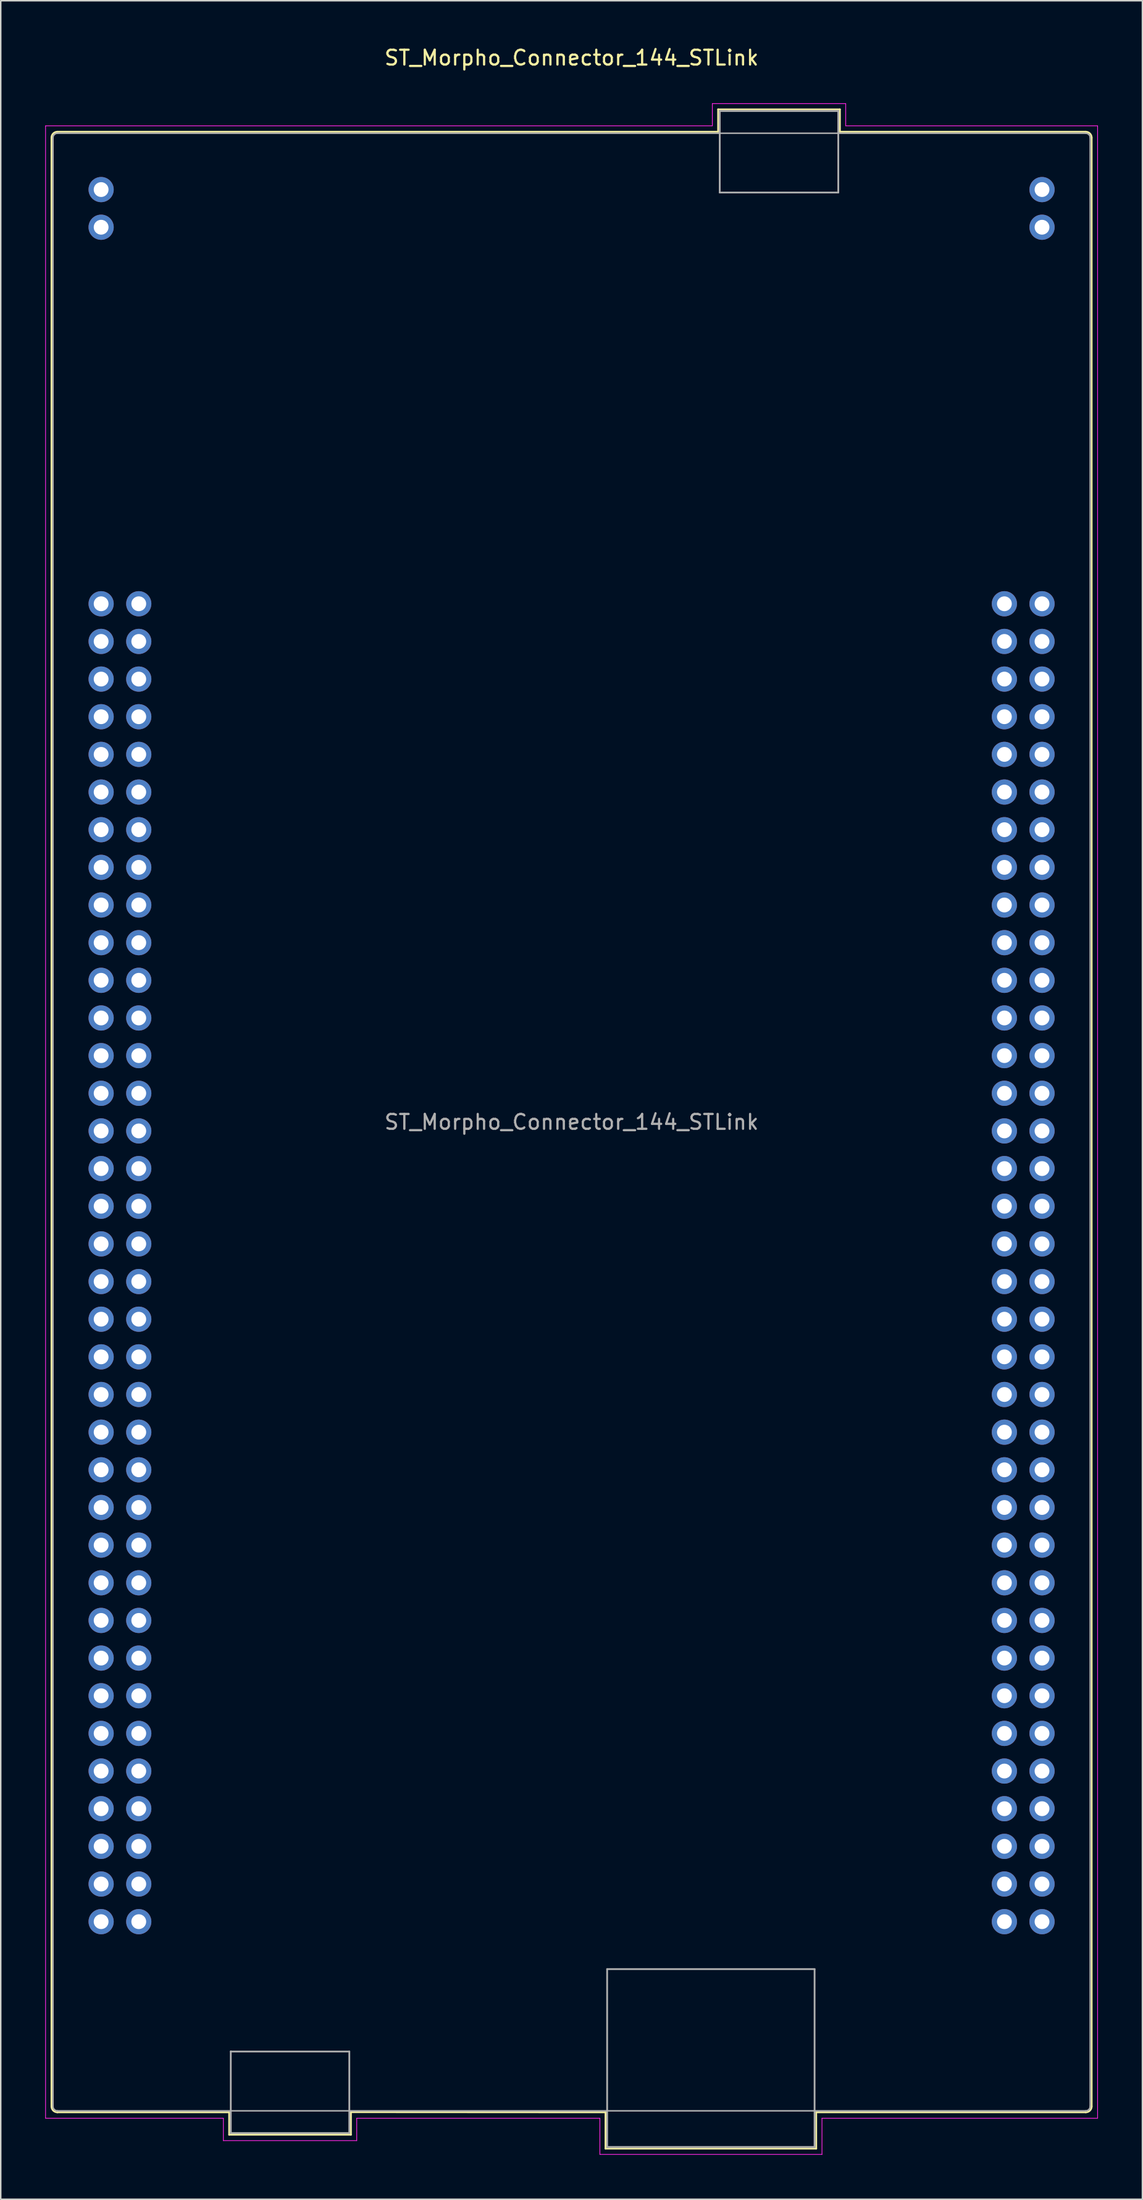
<source format=kicad_pcb>
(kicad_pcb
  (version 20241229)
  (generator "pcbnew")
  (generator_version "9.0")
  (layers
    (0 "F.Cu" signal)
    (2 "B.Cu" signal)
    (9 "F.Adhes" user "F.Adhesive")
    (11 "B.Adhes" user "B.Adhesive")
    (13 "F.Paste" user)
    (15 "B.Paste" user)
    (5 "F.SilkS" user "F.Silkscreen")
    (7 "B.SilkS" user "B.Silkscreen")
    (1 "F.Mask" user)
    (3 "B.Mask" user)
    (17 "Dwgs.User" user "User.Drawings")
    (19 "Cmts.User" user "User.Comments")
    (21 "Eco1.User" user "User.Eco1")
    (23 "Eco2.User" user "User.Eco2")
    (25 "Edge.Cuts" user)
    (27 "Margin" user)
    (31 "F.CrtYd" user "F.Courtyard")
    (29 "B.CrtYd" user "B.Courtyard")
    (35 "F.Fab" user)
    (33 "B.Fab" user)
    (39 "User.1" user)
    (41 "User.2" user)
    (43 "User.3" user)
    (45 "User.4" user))
  (footprint "ST_Morpho_Connector_144_STLink"
    (layer "F.Cu")
    (at 3.775 37.678)
    (property "Reference" "ST_Morpho_Connector_144_STLink" (at 31.75 -36.83 0) (layer "F.SilkS") (effects (font (size 1 1) (thickness 0.15))))
    (attr through_hole)
    (fp_line (start -3.35 -31.44) (end -3.35 101.36) (stroke (width 0.12) (type solid)) (layer "F.SilkS"))
    (fp_line (start 8.64 101.76) (end -2.95 101.76) (stroke (width 0.12) (type solid)) (layer "F.SilkS"))
    (fp_line (start 8.64 101.76) (end 8.64 103.27) (stroke (width 0.12) (type solid)) (layer "F.SilkS"))
    (fp_line (start 8.64 103.27) (end 16.86 103.27) (stroke (width 0.12) (type solid)) (layer "F.SilkS"))
    (fp_line (start 16.86 103.27) (end 16.86 101.75) (stroke (width 0.12) (type solid)) (layer "F.SilkS"))
    (fp_line (start 34.04 101.76) (end 16.86 101.75) (stroke (width 0.12) (type solid)) (layer "F.SilkS"))
    (fp_line (start 34.04 104.21) (end 34.04 101.76) (stroke (width 0.12) (type solid)) (layer "F.SilkS"))
    (fp_line (start 41.64 -33.35) (end 49.86 -33.35) (stroke (width 0.12) (type solid)) (layer "F.SilkS"))
    (fp_line (start 41.64 -31.84) (end -2.95 -31.84) (stroke (width 0.12) (type solid)) (layer "F.SilkS"))
    (fp_line (start 41.64 -31.84) (end 41.64 -33.35) (stroke (width 0.12) (type solid)) (layer "F.SilkS"))
    (fp_line (start 48.26 101.76) (end 48.26 104.21) (stroke (width 0.12) (type solid)) (layer "F.SilkS"))
    (fp_line (start 48.26 101.76) (end 66.45 101.76) (stroke (width 0.12) (type solid)) (layer "F.SilkS"))
    (fp_line (start 48.26 104.21) (end 34.04 104.21) (stroke (width 0.12) (type solid)) (layer "F.SilkS"))
    (fp_line (start 49.86 -33.35) (end 49.86 -31.84) (stroke (width 0.12) (type solid)) (layer "F.SilkS"))
    (fp_line (start 49.86 -31.84) (end 66.45 -31.84) (stroke (width 0.12) (type solid)) (layer "F.SilkS"))
    (fp_line (start 66.85 101.36) (end 66.85 -31.44) (stroke (width 0.12) (type solid)) (layer "F.SilkS"))
    (fp_arc (start -3.35 -31.44) (mid -3.232843 -31.722843) (end -2.95 -31.84) (stroke (width 0.12) (type solid)) (layer "F.SilkS"))
    (fp_arc (start -2.95 101.76) (mid -3.232843 101.642843) (end -3.35 101.36) (stroke (width 0.12) (type solid)) (layer "F.SilkS"))
    (fp_arc (start 66.45 -31.84) (mid 66.732843 -31.722843) (end 66.85 -31.44) (stroke (width 0.12) (type solid)) (layer "F.SilkS"))
    (fp_arc (start 66.85 101.36) (mid 66.732843 101.642843) (end 66.45 101.76) (stroke (width 0.12) (type solid)) (layer "F.SilkS"))
    (fp_line (start -3.75 -32.24) (end -3.75 102.16) (stroke (width 0.05) (type solid)) (layer "F.CrtYd"))
    (fp_line (start -3.75 102.16) (end 8.25 102.16) (stroke (width 0.05) (type solid)) (layer "F.CrtYd"))
    (fp_line (start 8.25 102.16) (end 8.25 103.67) (stroke (width 0.05) (type solid)) (layer "F.CrtYd"))
    (fp_line (start 8.25 103.67) (end 17.25 103.67) (stroke (width 0.05) (type solid)) (layer "F.CrtYd"))
    (fp_line (start 17.25 102.16) (end 17.25 103.67) (stroke (width 0.05) (type solid)) (layer "F.CrtYd"))
    (fp_line (start 17.25 102.16) (end 33.66 102.16) (stroke (width 0.05) (type solid)) (layer "F.CrtYd"))
    (fp_line (start 33.66 104.6) (end 33.66 102.16) (stroke (width 0.05) (type solid)) (layer "F.CrtYd"))
    (fp_line (start 33.66 104.6) (end 48.65 104.6) (stroke (width 0.05) (type solid)) (layer "F.CrtYd"))
    (fp_line (start 41.25 -33.74) (end 50.25 -33.74) (stroke (width 0.05) (type solid)) (layer "F.CrtYd"))
    (fp_line (start 41.25 -32.24) (end -3.75 -32.24) (stroke (width 0.05) (type solid)) (layer "F.CrtYd"))
    (fp_line (start 41.25 -32.24) (end 41.25 -33.74) (stroke (width 0.05) (type solid)) (layer "F.CrtYd"))
    (fp_line (start 48.65 102.16) (end 48.65 104.6) (stroke (width 0.05) (type solid)) (layer "F.CrtYd"))
    (fp_line (start 50.25 -32.24) (end 50.25 -33.74) (stroke (width 0.05) (type solid)) (layer "F.CrtYd"))
    (fp_line (start 50.25 -32.24) (end 67.25 -32.24) (stroke (width 0.05) (type solid)) (layer "F.CrtYd"))
    (fp_line (start 67.25 102.16) (end 48.65 102.16) (stroke (width 0.05) (type solid)) (layer "F.CrtYd"))
    (fp_line (start 67.25 102.16) (end 67.25 -32.24) (stroke (width 0.05) (type solid)) (layer "F.CrtYd"))
    (fp_line (start -3.25 101.36) (end -3.25 -31.44) (stroke (width 0.1) (type solid)) (layer "F.Fab"))
    (fp_line (start 8.75 97.66) (end 16.75 97.66) (stroke (width 0.12) (type solid)) (layer "F.Fab"))
    (fp_line (start 8.75 103.16) (end 8.75 97.65) (stroke (width 0.12) (type solid)) (layer "F.Fab"))
    (fp_line (start 8.75 103.16) (end 16.75 103.16) (stroke (width 0.12) (type solid)) (layer "F.Fab"))
    (fp_line (start 16.75 97.66) (end 16.75 103.16) (stroke (width 0.12) (type solid)) (layer "F.Fab"))
    (fp_line (start 34.15 92.1) (end 48.15 92.1) (stroke (width 0.12) (type solid)) (layer "F.Fab"))
    (fp_line (start 34.15 104.1) (end 34.15 92.1) (stroke (width 0.12) (type solid)) (layer "F.Fab"))
    (fp_line (start 34.15 104.1) (end 48.15 104.1) (stroke (width 0.12) (type solid)) (layer "F.Fab"))
    (fp_line (start 41.75 -33.24) (end 49.75 -33.24) (stroke (width 0.12) (type solid)) (layer "F.Fab"))
    (fp_line (start 41.75 -27.74) (end 41.75 -33.24) (stroke (width 0.12) (type solid)) (layer "F.Fab"))
    (fp_line (start 41.75 -27.74) (end 49.75 -27.74) (stroke (width 0.12) (type solid)) (layer "F.Fab"))
    (fp_line (start 48.15 104.1) (end 48.15 92.1) (stroke (width 0.12) (type solid)) (layer "F.Fab"))
    (fp_line (start 49.75 -33.24) (end 49.75 -27.74) (stroke (width 0.12) (type solid)) (layer "F.Fab"))
    (fp_line (start 66.45 -31.74) (end -2.95 -31.74) (stroke (width 0.1) (type solid)) (layer "F.Fab"))
    (fp_line (start 66.45 101.66) (end -2.95 101.66) (stroke (width 0.1) (type solid)) (layer "F.Fab"))
    (fp_line (start 66.75 101.36) (end 66.75 -31.44) (stroke (width 0.1) (type solid)) (layer "F.Fab"))
    (fp_arc (start -3.25 -31.44) (mid -3.162132 -31.652132) (end -2.95 -31.74) (stroke (width 0.1) (type solid)) (layer "F.Fab"))
    (fp_arc (start -2.95 101.66) (mid -3.162132 101.572132) (end -3.25 101.36) (stroke (width 0.1) (type solid)) (layer "F.Fab"))
    (fp_arc (start 66.45 -31.74) (mid 66.662132 -31.652132) (end 66.75 -31.44) (stroke (width 0.1) (type solid)) (layer "F.Fab"))
    (fp_arc (start 66.75 101.36) (mid 66.662132 101.572132) (end 66.45 101.66) (stroke (width 0.1) (type solid)) (layer "F.Fab"))
    (fp_text user "${REFERENCE}" (at 31.75 34.96 0) (layer "F.Fab") (effects (font (size 1 1) (thickness 0.15))))
    (pad "1" thru_hole circle (at 0 0) (size 1.7 1.7) (drill 1) (layers "*.Cu" "*.Mask"))
    (pad "2" thru_hole circle (at 2.54 0) (size 1.7 1.7) (drill 1) (layers "*.Cu" "*.Mask"))
    (pad "3" thru_hole circle (at 0 2.54) (size 1.7 1.7) (drill 1) (layers "*.Cu" "*.Mask"))
    (pad "4" thru_hole circle (at 2.54 2.54) (size 1.7 1.7) (drill 1) (layers "*.Cu" "*.Mask"))
    (pad "5" thru_hole circle (at 0 5.08) (size 1.7 1.7) (drill 1) (layers "*.Cu" "*.Mask"))
    (pad "6" thru_hole circle (at 2.54 5.08) (size 1.7 1.7) (drill 1) (layers "*.Cu" "*.Mask"))
    (pad "7" thru_hole circle (at 0 7.62) (size 1.7 1.7) (drill 1) (layers "*.Cu" "*.Mask"))
    (pad "8" thru_hole circle (at 2.54 7.62) (size 1.7 1.7) (drill 1) (layers "*.Cu" "*.Mask"))
    (pad "9" thru_hole circle (at 0 10.16) (size 1.7 1.7) (drill 1) (layers "*.Cu" "*.Mask"))
    (pad "10" thru_hole circle (at 2.54 10.16) (size 1.7 1.7) (drill 1) (layers "*.Cu" "*.Mask"))
    (pad "11" thru_hole circle (at 0 12.7) (size 1.7 1.7) (drill 1) (layers "*.Cu" "*.Mask"))
    (pad "12" thru_hole circle (at 2.54 12.7) (size 1.7 1.7) (drill 1) (layers "*.Cu" "*.Mask"))
    (pad "13" thru_hole circle (at 0 15.24) (size 1.7 1.7) (drill 1) (layers "*.Cu" "*.Mask"))
    (pad "14" thru_hole circle (at 2.54 15.24) (size 1.7 1.7) (drill 1) (layers "*.Cu" "*.Mask"))
    (pad "15" thru_hole circle (at 0 17.78) (size 1.7 1.7) (drill 1) (layers "*.Cu" "*.Mask"))
    (pad "16" thru_hole circle (at 2.54 17.78) (size 1.7 1.7) (drill 1) (layers "*.Cu" "*.Mask"))
    (pad "17" thru_hole circle (at 0 20.32) (size 1.7 1.7) (drill 1) (layers "*.Cu" "*.Mask"))
    (pad "18" thru_hole circle (at 2.54 20.32) (size 1.7 1.7) (drill 1) (layers "*.Cu" "*.Mask"))
    (pad "19" thru_hole circle (at 0 22.86) (size 1.7 1.7) (drill 1) (layers "*.Cu" "*.Mask"))
    (pad "20" thru_hole circle (at 2.54 22.86) (size 1.7 1.7) (drill 1) (layers "*.Cu" "*.Mask"))
    (pad "21" thru_hole circle (at 0 25.4) (size 1.7 1.7) (drill 1) (layers "*.Cu" "*.Mask"))
    (pad "22" thru_hole circle (at 2.54 25.4) (size 1.7 1.7) (drill 1) (layers "*.Cu" "*.Mask"))
    (pad "23" thru_hole circle (at 0 27.94) (size 1.7 1.7) (drill 1) (layers "*.Cu" "*.Mask"))
    (pad "24" thru_hole circle (at 2.54 27.94) (size 1.7 1.7) (drill 1) (layers "*.Cu" "*.Mask"))
    (pad "25" thru_hole circle (at 0 30.48) (size 1.7 1.7) (drill 1) (layers "*.Cu" "*.Mask"))
    (pad "26" thru_hole circle (at 2.54 30.48) (size 1.7 1.7) (drill 1) (layers "*.Cu" "*.Mask"))
    (pad "27" thru_hole circle (at 0 33.02) (size 1.7 1.7) (drill 1) (layers "*.Cu" "*.Mask"))
    (pad "28" thru_hole circle (at 2.54 33.02) (size 1.7 1.7) (drill 1) (layers "*.Cu" "*.Mask"))
    (pad "29" thru_hole circle (at 0 35.56) (size 1.7 1.7) (drill 1) (layers "*.Cu" "*.Mask"))
    (pad "30" thru_hole circle (at 2.54 35.56) (size 1.7 1.7) (drill 1) (layers "*.Cu" "*.Mask"))
    (pad "31" thru_hole circle (at 0 38.1) (size 1.7 1.7) (drill 1) (layers "*.Cu" "*.Mask"))
    (pad "32" thru_hole circle (at 2.54 38.1) (size 1.7 1.7) (drill 1) (layers "*.Cu" "*.Mask"))
    (pad "33" thru_hole circle (at 0 40.64) (size 1.7 1.7) (drill 1) (layers "*.Cu" "*.Mask"))
    (pad "34" thru_hole circle (at 2.54 40.64) (size 1.7 1.7) (drill 1) (layers "*.Cu" "*.Mask"))
    (pad "35" thru_hole circle (at 0 43.18) (size 1.7 1.7) (drill 1) (layers "*.Cu" "*.Mask"))
    (pad "36" thru_hole circle (at 2.54 43.18) (size 1.7 1.7) (drill 1) (layers "*.Cu" "*.Mask"))
    (pad "37" thru_hole circle (at 0 45.72) (size 1.7 1.7) (drill 1) (layers "*.Cu" "*.Mask"))
    (pad "38" thru_hole circle (at 2.54 45.72) (size 1.7 1.7) (drill 1) (layers "*.Cu" "*.Mask"))
    (pad "39" thru_hole circle (at 0 48.26) (size 1.7 1.7) (drill 1) (layers "*.Cu" "*.Mask"))
    (pad "40" thru_hole circle (at 2.54 48.26) (size 1.7 1.7) (drill 1) (layers "*.Cu" "*.Mask"))
    (pad "41" thru_hole circle (at 0 50.8) (size 1.7 1.7) (drill 1) (layers "*.Cu" "*.Mask"))
    (pad "42" thru_hole circle (at 2.54 50.8) (size 1.7 1.7) (drill 1) (layers "*.Cu" "*.Mask"))
    (pad "43" thru_hole circle (at 0 53.34) (size 1.7 1.7) (drill 1) (layers "*.Cu" "*.Mask"))
    (pad "44" thru_hole circle (at 2.54 53.34) (size 1.7 1.7) (drill 1) (layers "*.Cu" "*.Mask"))
    (pad "45" thru_hole circle (at 0 55.88) (size 1.7 1.7) (drill 1) (layers "*.Cu" "*.Mask"))
    (pad "46" thru_hole circle (at 2.54 55.88) (size 1.7 1.7) (drill 1) (layers "*.Cu" "*.Mask"))
    (pad "47" thru_hole circle (at 0 58.42) (size 1.7 1.7) (drill 1) (layers "*.Cu" "*.Mask"))
    (pad "48" thru_hole circle (at 2.54 58.42) (size 1.7 1.7) (drill 1) (layers "*.Cu" "*.Mask"))
    (pad "49" thru_hole circle (at 0 60.96) (size 1.7 1.7) (drill 1) (layers "*.Cu" "*.Mask"))
    (pad "50" thru_hole circle (at 2.54 60.96) (size 1.7 1.7) (drill 1) (layers "*.Cu" "*.Mask"))
    (pad "51" thru_hole circle (at 0 63.5) (size 1.7 1.7) (drill 1) (layers "*.Cu" "*.Mask"))
    (pad "52" thru_hole circle (at 2.54 63.5) (size 1.7 1.7) (drill 1) (layers "*.Cu" "*.Mask"))
    (pad "53" thru_hole circle (at 0 66.04) (size 1.7 1.7) (drill 1) (layers "*.Cu" "*.Mask"))
    (pad "54" thru_hole circle (at 2.54 66.04) (size 1.7 1.7) (drill 1) (layers "*.Cu" "*.Mask"))
    (pad "55" thru_hole circle (at 0 68.58) (size 1.7 1.7) (drill 1) (layers "*.Cu" "*.Mask"))
    (pad "56" thru_hole circle (at 2.54 68.58) (size 1.7 1.7) (drill 1) (layers "*.Cu" "*.Mask"))
    (pad "57" thru_hole circle (at 0 71.12) (size 1.7 1.7) (drill 1) (layers "*.Cu" "*.Mask"))
    (pad "58" thru_hole circle (at 2.54 71.12) (size 1.7 1.7) (drill 1) (layers "*.Cu" "*.Mask"))
    (pad "59" thru_hole circle (at 0 73.66) (size 1.7 1.7) (drill 1) (layers "*.Cu" "*.Mask"))
    (pad "60" thru_hole circle (at 2.54 73.66) (size 1.7 1.7) (drill 1) (layers "*.Cu" "*.Mask"))
    (pad "61" thru_hole circle (at 0 76.2) (size 1.7 1.7) (drill 1) (layers "*.Cu" "*.Mask"))
    (pad "62" thru_hole circle (at 2.54 76.2) (size 1.7 1.7) (drill 1) (layers "*.Cu" "*.Mask"))
    (pad "63" thru_hole circle (at 0 78.74) (size 1.7 1.7) (drill 1) (layers "*.Cu" "*.Mask"))
    (pad "64" thru_hole circle (at 2.54 78.74) (size 1.7 1.7) (drill 1) (layers "*.Cu" "*.Mask"))
    (pad "65" thru_hole circle (at 0 81.28) (size 1.7 1.7) (drill 1) (layers "*.Cu" "*.Mask"))
    (pad "66" thru_hole circle (at 2.54 81.28) (size 1.7 1.7) (drill 1) (layers "*.Cu" "*.Mask"))
    (pad "67" thru_hole circle (at 0 83.82) (size 1.7 1.7) (drill 1) (layers "*.Cu" "*.Mask"))
    (pad "68" thru_hole circle (at 2.54 83.82) (size 1.7 1.7) (drill 1) (layers "*.Cu" "*.Mask"))
    (pad "69" thru_hole circle (at 0 86.36) (size 1.7 1.7) (drill 1) (layers "*.Cu" "*.Mask"))
    (pad "70" thru_hole circle (at 2.54 86.36) (size 1.7 1.7) (drill 1) (layers "*.Cu" "*.Mask"))
    (pad "71" thru_hole circle (at 0 88.9) (size 1.7 1.7) (drill 1) (layers "*.Cu" "*.Mask"))
    (pad "72" thru_hole circle (at 2.54 88.9) (size 1.7 1.7) (drill 1) (layers "*.Cu" "*.Mask"))
    (pad "73" thru_hole circle (at 60.96 0) (size 1.7 1.7) (drill 1) (layers "*.Cu" "*.Mask"))
    (pad "74" thru_hole circle (at 63.5 0) (size 1.7 1.7) (drill 1) (layers "*.Cu" "*.Mask"))
    (pad "75" thru_hole circle (at 60.96 2.54) (size 1.7 1.7) (drill 1) (layers "*.Cu" "*.Mask"))
    (pad "76" thru_hole circle (at 63.5 2.54) (size 1.7 1.7) (drill 1) (layers "*.Cu" "*.Mask"))
    (pad "77" thru_hole circle (at 60.96 5.08) (size 1.7 1.7) (drill 1) (layers "*.Cu" "*.Mask"))
    (pad "78" thru_hole circle (at 63.5 5.08) (size 1.7 1.7) (drill 1) (layers "*.Cu" "*.Mask"))
    (pad "79" thru_hole circle (at 60.96 7.62) (size 1.7 1.7) (drill 1) (layers "*.Cu" "*.Mask"))
    (pad "80" thru_hole circle (at 63.5 7.62) (size 1.7 1.7) (drill 1) (layers "*.Cu" "*.Mask"))
    (pad "81" thru_hole circle (at 60.96 10.16) (size 1.7 1.7) (drill 1) (layers "*.Cu" "*.Mask"))
    (pad "82" thru_hole circle (at 63.5 10.16) (size 1.7 1.7) (drill 1) (layers "*.Cu" "*.Mask"))
    (pad "83" thru_hole circle (at 60.96 12.7) (size 1.7 1.7) (drill 1) (layers "*.Cu" "*.Mask"))
    (pad "84" thru_hole circle (at 63.5 12.7) (size 1.7 1.7) (drill 1) (layers "*.Cu" "*.Mask"))
    (pad "85" thru_hole circle (at 60.96 15.24) (size 1.7 1.7) (drill 1) (layers "*.Cu" "*.Mask"))
    (pad "86" thru_hole circle (at 63.5 15.24) (size 1.7 1.7) (drill 1) (layers "*.Cu" "*.Mask"))
    (pad "87" thru_hole circle (at 60.96 17.78) (size 1.7 1.7) (drill 1) (layers "*.Cu" "*.Mask"))
    (pad "88" thru_hole circle (at 63.5 17.78) (size 1.7 1.7) (drill 1) (layers "*.Cu" "*.Mask"))
    (pad "89" thru_hole circle (at 60.96 20.32) (size 1.7 1.7) (drill 1) (layers "*.Cu" "*.Mask"))
    (pad "90" thru_hole circle (at 63.5 20.32) (size 1.7 1.7) (drill 1) (layers "*.Cu" "*.Mask"))
    (pad "91" thru_hole circle (at 60.96 22.86) (size 1.7 1.7) (drill 1) (layers "*.Cu" "*.Mask"))
    (pad "92" thru_hole circle (at 63.5 22.86) (size 1.7 1.7) (drill 1) (layers "*.Cu" "*.Mask"))
    (pad "93" thru_hole circle (at 60.96 25.4) (size 1.7 1.7) (drill 1) (layers "*.Cu" "*.Mask"))
    (pad "94" thru_hole circle (at 63.5 25.4) (size 1.7 1.7) (drill 1) (layers "*.Cu" "*.Mask"))
    (pad "95" thru_hole circle (at 60.96 27.94) (size 1.7 1.7) (drill 1) (layers "*.Cu" "*.Mask"))
    (pad "96" thru_hole circle (at 63.5 27.94) (size 1.7 1.7) (drill 1) (layers "*.Cu" "*.Mask"))
    (pad "97" thru_hole circle (at 60.96 30.48) (size 1.7 1.7) (drill 1) (layers "*.Cu" "*.Mask"))
    (pad "98" thru_hole circle (at 63.5 30.48) (size 1.7 1.7) (drill 1) (layers "*.Cu" "*.Mask"))
    (pad "99" thru_hole circle (at 60.96 33.02) (size 1.7 1.7) (drill 1) (layers "*.Cu" "*.Mask"))
    (pad "100" thru_hole circle (at 63.5 33.02) (size 1.7 1.7) (drill 1) (layers "*.Cu" "*.Mask"))
    (pad "101" thru_hole circle (at 60.96 35.56) (size 1.7 1.7) (drill 1) (layers "*.Cu" "*.Mask"))
    (pad "102" thru_hole circle (at 63.5 35.56) (size 1.7 1.7) (drill 1) (layers "*.Cu" "*.Mask"))
    (pad "103" thru_hole circle (at 60.96 38.1) (size 1.7 1.7) (drill 1) (layers "*.Cu" "*.Mask"))
    (pad "104" thru_hole circle (at 63.5 38.1) (size 1.7 1.7) (drill 1) (layers "*.Cu" "*.Mask"))
    (pad "105" thru_hole circle (at 60.96 40.64) (size 1.7 1.7) (drill 1) (layers "*.Cu" "*.Mask"))
    (pad "106" thru_hole circle (at 63.5 40.64) (size 1.7 1.7) (drill 1) (layers "*.Cu" "*.Mask"))
    (pad "107" thru_hole circle (at 60.96 43.18) (size 1.7 1.7) (drill 1) (layers "*.Cu" "*.Mask"))
    (pad "108" thru_hole circle (at 63.5 43.18) (size 1.7 1.7) (drill 1) (layers "*.Cu" "*.Mask"))
    (pad "109" thru_hole circle (at 60.96 45.72) (size 1.7 1.7) (drill 1) (layers "*.Cu" "*.Mask"))
    (pad "110" thru_hole circle (at 63.5 45.72) (size 1.7 1.7) (drill 1) (layers "*.Cu" "*.Mask"))
    (pad "111" thru_hole circle (at 60.96 48.26) (size 1.7 1.7) (drill 1) (layers "*.Cu" "*.Mask"))
    (pad "112" thru_hole circle (at 63.5 48.26) (size 1.7 1.7) (drill 1) (layers "*.Cu" "*.Mask"))
    (pad "113" thru_hole circle (at 60.96 50.8) (size 1.7 1.7) (drill 1) (layers "*.Cu" "*.Mask"))
    (pad "114" thru_hole circle (at 63.5 50.8) (size 1.7 1.7) (drill 1) (layers "*.Cu" "*.Mask"))
    (pad "115" thru_hole circle (at 60.96 53.34) (size 1.7 1.7) (drill 1) (layers "*.Cu" "*.Mask"))
    (pad "116" thru_hole circle (at 63.5 53.34) (size 1.7 1.7) (drill 1) (layers "*.Cu" "*.Mask"))
    (pad "117" thru_hole circle (at 60.96 55.88) (size 1.7 1.7) (drill 1) (layers "*.Cu" "*.Mask"))
    (pad "118" thru_hole circle (at 63.5 55.88) (size 1.7 1.7) (drill 1) (layers "*.Cu" "*.Mask"))
    (pad "119" thru_hole circle (at 60.96 58.42) (size 1.7 1.7) (drill 1) (layers "*.Cu" "*.Mask"))
    (pad "120" thru_hole circle (at 63.5 58.42) (size 1.7 1.7) (drill 1) (layers "*.Cu" "*.Mask"))
    (pad "121" thru_hole circle (at 60.96 60.96) (size 1.7 1.7) (drill 1) (layers "*.Cu" "*.Mask"))
    (pad "122" thru_hole circle (at 63.5 60.96) (size 1.7 1.7) (drill 1) (layers "*.Cu" "*.Mask"))
    (pad "123" thru_hole circle (at 60.96 63.5) (size 1.7 1.7) (drill 1) (layers "*.Cu" "*.Mask"))
    (pad "124" thru_hole circle (at 63.5 63.5) (size 1.7 1.7) (drill 1) (layers "*.Cu" "*.Mask"))
    (pad "125" thru_hole circle (at 60.96 66.04) (size 1.7 1.7) (drill 1) (layers "*.Cu" "*.Mask"))
    (pad "126" thru_hole circle (at 63.5 66.04) (size 1.7 1.7) (drill 1) (layers "*.Cu" "*.Mask"))
    (pad "127" thru_hole circle (at 60.96 68.58) (size 1.7 1.7) (drill 1) (layers "*.Cu" "*.Mask"))
    (pad "128" thru_hole circle (at 63.5 68.58) (size 1.7 1.7) (drill 1) (layers "*.Cu" "*.Mask"))
    (pad "129" thru_hole circle (at 60.96 71.12) (size 1.7 1.7) (drill 1) (layers "*.Cu" "*.Mask"))
    (pad "130" thru_hole circle (at 63.5 71.12) (size 1.7 1.7) (drill 1) (layers "*.Cu" "*.Mask"))
    (pad "131" thru_hole circle (at 60.96 73.66) (size 1.7 1.7) (drill 1) (layers "*.Cu" "*.Mask"))
    (pad "132" thru_hole circle (at 63.5 73.66) (size 1.7 1.7) (drill 1) (layers "*.Cu" "*.Mask"))
    (pad "133" thru_hole circle (at 60.96 76.2) (size 1.7 1.7) (drill 1) (layers "*.Cu" "*.Mask"))
    (pad "134" thru_hole circle (at 63.5 76.2) (size 1.7 1.7) (drill 1) (layers "*.Cu" "*.Mask"))
    (pad "135" thru_hole circle (at 60.96 78.74) (size 1.7 1.7) (drill 1) (layers "*.Cu" "*.Mask"))
    (pad "136" thru_hole circle (at 63.5 78.74) (size 1.7 1.7) (drill 1) (layers "*.Cu" "*.Mask"))
    (pad "137" thru_hole circle (at 60.96 81.28) (size 1.7 1.7) (drill 1) (layers "*.Cu" "*.Mask"))
    (pad "138" thru_hole circle (at 63.5 81.28) (size 1.7 1.7) (drill 1) (layers "*.Cu" "*.Mask"))
    (pad "139" thru_hole circle (at 60.96 83.82) (size 1.7 1.7) (drill 1) (layers "*.Cu" "*.Mask"))
    (pad "140" thru_hole circle (at 63.5 83.82) (size 1.7 1.7) (drill 1) (layers "*.Cu" "*.Mask"))
    (pad "141" thru_hole circle (at 60.96 86.36) (size 1.7 1.7) (drill 1) (layers "*.Cu" "*.Mask"))
    (pad "142" thru_hole circle (at 63.5 86.36) (size 1.7 1.7) (drill 1) (layers "*.Cu" "*.Mask"))
    (pad "143" thru_hole circle (at 60.96 88.9) (size 1.7 1.7) (drill 1) (layers "*.Cu" "*.Mask"))
    (pad "144" thru_hole circle (at 63.5 88.9) (size 1.7 1.7) (drill 1) (layers "*.Cu" "*.Mask"))
    (pad "145" thru_hole circle (at 0 -27.94) (size 1.7 1.7) (drill 1) (layers "*.Cu" "*.Mask"))
    (pad "146" thru_hole circle (at 0 -25.4) (size 1.7 1.7) (drill 1) (layers "*.Cu" "*.Mask"))
    (pad "147" thru_hole circle (at 63.5 -27.94) (size 1.7 1.7) (drill 1) (layers "*.Cu" "*.Mask"))
    (pad "148" thru_hole circle (at 63.5 -25.4) (size 1.7 1.7) (drill 1) (layers "*.Cu" "*.Mask")))
  (gr_rect
    (start -3 -3)
    (end 74.05 145.303)
    (stroke (width 0.1) (type default))
    (fill no)
    (layer "Edge.Cuts")))
</source>
